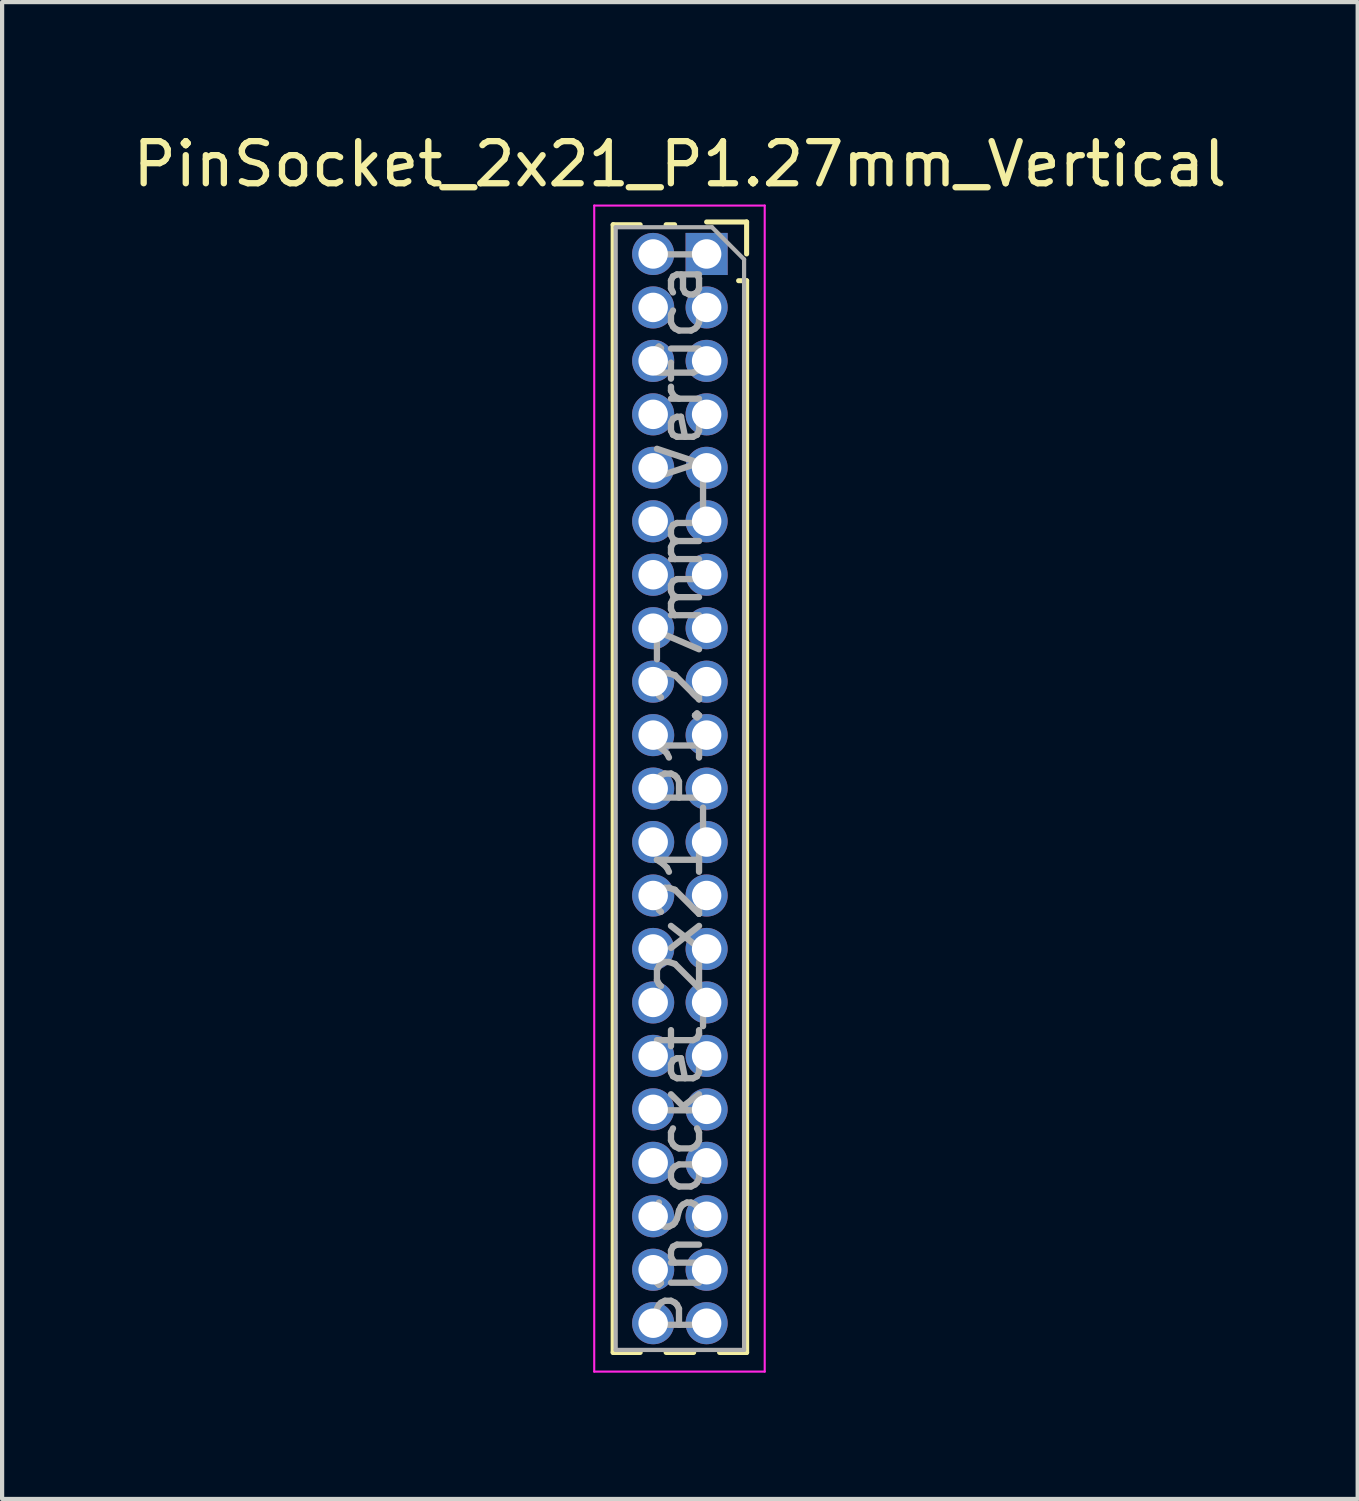
<source format=kicad_pcb>
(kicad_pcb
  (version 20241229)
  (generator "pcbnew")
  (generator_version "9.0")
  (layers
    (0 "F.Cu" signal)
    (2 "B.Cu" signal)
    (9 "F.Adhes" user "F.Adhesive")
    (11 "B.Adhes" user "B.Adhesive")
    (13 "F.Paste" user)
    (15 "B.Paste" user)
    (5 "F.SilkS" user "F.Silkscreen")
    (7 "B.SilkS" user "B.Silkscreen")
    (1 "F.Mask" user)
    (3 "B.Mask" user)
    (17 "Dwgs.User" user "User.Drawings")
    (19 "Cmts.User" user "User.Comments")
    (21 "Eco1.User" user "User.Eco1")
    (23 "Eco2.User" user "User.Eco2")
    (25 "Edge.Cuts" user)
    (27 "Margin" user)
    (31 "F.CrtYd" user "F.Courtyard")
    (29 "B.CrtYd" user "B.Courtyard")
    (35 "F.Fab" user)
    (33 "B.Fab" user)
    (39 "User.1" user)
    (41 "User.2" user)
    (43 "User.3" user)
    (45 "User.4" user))
  (footprint "PinSocket_2x21_P1.27mm_Vertical"
    (layer "F.Cu")
    (at 13.736 2.983)
    (property "Reference" "PinSocket_2x21_P1.27mm_Vertical" (at -0.635 -2.135 0) (layer "F.SilkS") (effects (font (size 1 1) (thickness 0.15))))
    (attr through_hole)
    (fp_line (start -2.22 -0.695) (end -2.22 26.095) (stroke (width 0.12) (type solid)) (layer "F.SilkS"))
    (fp_line (start -2.22 -0.695) (end -1.578 -0.695) (stroke (width 0.12) (type solid)) (layer "F.SilkS"))
    (fp_line (start -2.22 26.095) (end -1.578 26.095) (stroke (width 0.12) (type solid)) (layer "F.SilkS"))
    (fp_line (start -0.962 -0.695) (end -0.76 -0.695) (stroke (width 0.12) (type solid)) (layer "F.SilkS"))
    (fp_line (start -0.962 26.095) (end -0.308 26.095) (stroke (width 0.12) (type solid)) (layer "F.SilkS"))
    (fp_line (start 0 -0.76) (end 0.95 -0.76) (stroke (width 0.12) (type solid)) (layer "F.SilkS"))
    (fp_line (start 0.308 26.095) (end 0.95 26.095) (stroke (width 0.12) (type solid)) (layer "F.SilkS"))
    (fp_line (start 0.76 0.635) (end 0.95 0.635) (stroke (width 0.12) (type solid)) (layer "F.SilkS"))
    (fp_line (start 0.95 -0.76) (end 0.95 0) (stroke (width 0.12) (type solid)) (layer "F.SilkS"))
    (fp_line (start 0.95 0.635) (end 0.95 26.095) (stroke (width 0.12) (type solid)) (layer "F.SilkS"))
    (fp_line (start -2.67 -1.15) (end 1.38 -1.15) (stroke (width 0.05) (type solid)) (layer "F.CrtYd"))
    (fp_line (start -2.67 26.55) (end -2.67 -1.15) (stroke (width 0.05) (type solid)) (layer "F.CrtYd"))
    (fp_line (start 1.38 -1.15) (end 1.38 26.55) (stroke (width 0.05) (type solid)) (layer "F.CrtYd"))
    (fp_line (start 1.38 26.55) (end -2.67 26.55) (stroke (width 0.05) (type solid)) (layer "F.CrtYd"))
    (fp_line (start -2.16 -0.635) (end 0.128 -0.635) (stroke (width 0.1) (type solid)) (layer "F.Fab"))
    (fp_line (start -2.16 26.035) (end -2.16 -0.635) (stroke (width 0.1) (type solid)) (layer "F.Fab"))
    (fp_line (start 0.128 -0.635) (end 0.89 0.128) (stroke (width 0.1) (type solid)) (layer "F.Fab"))
    (fp_line (start 0.89 0.128) (end 0.89 26.035) (stroke (width 0.1) (type solid)) (layer "F.Fab"))
    (fp_line (start 0.89 26.035) (end -2.16 26.035) (stroke (width 0.1) (type solid)) (layer "F.Fab"))
    (fp_text user "${REFERENCE}" (at -0.635 12.7 90) (layer "F.Fab") (effects (font (size 1 1) (thickness 0.15))))
    (pad "1" thru_hole rect (at 0 0) (size 1 1) (drill 0.7) (layers "*.Cu" "*.Mask"))
    (pad "2" thru_hole circle (at -1.27 0) (size 1 1) (drill 0.7) (layers "*.Cu" "*.Mask"))
    (pad "3" thru_hole circle (at 0 1.27) (size 1 1) (drill 0.7) (layers "*.Cu" "*.Mask"))
    (pad "4" thru_hole circle (at -1.27 1.27) (size 1 1) (drill 0.7) (layers "*.Cu" "*.Mask"))
    (pad "5" thru_hole circle (at 0 2.54) (size 1 1) (drill 0.7) (layers "*.Cu" "*.Mask"))
    (pad "6" thru_hole circle (at -1.27 2.54) (size 1 1) (drill 0.7) (layers "*.Cu" "*.Mask"))
    (pad "7" thru_hole circle (at 0 3.81) (size 1 1) (drill 0.7) (layers "*.Cu" "*.Mask"))
    (pad "8" thru_hole circle (at -1.27 3.81) (size 1 1) (drill 0.7) (layers "*.Cu" "*.Mask"))
    (pad "9" thru_hole circle (at 0 5.08) (size 1 1) (drill 0.7) (layers "*.Cu" "*.Mask"))
    (pad "10" thru_hole circle (at -1.27 5.08) (size 1 1) (drill 0.7) (layers "*.Cu" "*.Mask"))
    (pad "11" thru_hole circle (at 0 6.35) (size 1 1) (drill 0.7) (layers "*.Cu" "*.Mask"))
    (pad "12" thru_hole circle (at -1.27 6.35) (size 1 1) (drill 0.7) (layers "*.Cu" "*.Mask"))
    (pad "13" thru_hole circle (at 0 7.62) (size 1 1) (drill 0.7) (layers "*.Cu" "*.Mask"))
    (pad "14" thru_hole circle (at -1.27 7.62) (size 1 1) (drill 0.7) (layers "*.Cu" "*.Mask"))
    (pad "15" thru_hole circle (at 0 8.89) (size 1 1) (drill 0.7) (layers "*.Cu" "*.Mask"))
    (pad "16" thru_hole circle (at -1.27 8.89) (size 1 1) (drill 0.7) (layers "*.Cu" "*.Mask"))
    (pad "17" thru_hole circle (at 0 10.16) (size 1 1) (drill 0.7) (layers "*.Cu" "*.Mask"))
    (pad "18" thru_hole circle (at -1.27 10.16) (size 1 1) (drill 0.7) (layers "*.Cu" "*.Mask"))
    (pad "19" thru_hole circle (at 0 11.43) (size 1 1) (drill 0.7) (layers "*.Cu" "*.Mask"))
    (pad "20" thru_hole circle (at -1.27 11.43) (size 1 1) (drill 0.7) (layers "*.Cu" "*.Mask"))
    (pad "21" thru_hole circle (at 0 12.7) (size 1 1) (drill 0.7) (layers "*.Cu" "*.Mask"))
    (pad "22" thru_hole circle (at -1.27 12.7) (size 1 1) (drill 0.7) (layers "*.Cu" "*.Mask"))
    (pad "23" thru_hole circle (at 0 13.97) (size 1 1) (drill 0.7) (layers "*.Cu" "*.Mask"))
    (pad "24" thru_hole circle (at -1.27 13.97) (size 1 1) (drill 0.7) (layers "*.Cu" "*.Mask"))
    (pad "25" thru_hole circle (at 0 15.24) (size 1 1) (drill 0.7) (layers "*.Cu" "*.Mask"))
    (pad "26" thru_hole circle (at -1.27 15.24) (size 1 1) (drill 0.7) (layers "*.Cu" "*.Mask"))
    (pad "27" thru_hole circle (at 0 16.51) (size 1 1) (drill 0.7) (layers "*.Cu" "*.Mask"))
    (pad "28" thru_hole circle (at -1.27 16.51) (size 1 1) (drill 0.7) (layers "*.Cu" "*.Mask"))
    (pad "29" thru_hole circle (at 0 17.78) (size 1 1) (drill 0.7) (layers "*.Cu" "*.Mask"))
    (pad "30" thru_hole circle (at -1.27 17.78) (size 1 1) (drill 0.7) (layers "*.Cu" "*.Mask"))
    (pad "31" thru_hole circle (at 0 19.05) (size 1 1) (drill 0.7) (layers "*.Cu" "*.Mask"))
    (pad "32" thru_hole circle (at -1.27 19.05) (size 1 1) (drill 0.7) (layers "*.Cu" "*.Mask"))
    (pad "33" thru_hole circle (at 0 20.32) (size 1 1) (drill 0.7) (layers "*.Cu" "*.Mask"))
    (pad "34" thru_hole circle (at -1.27 20.32) (size 1 1) (drill 0.7) (layers "*.Cu" "*.Mask"))
    (pad "35" thru_hole circle (at 0 21.59) (size 1 1) (drill 0.7) (layers "*.Cu" "*.Mask"))
    (pad "36" thru_hole circle (at -1.27 21.59) (size 1 1) (drill 0.7) (layers "*.Cu" "*.Mask"))
    (pad "37" thru_hole circle (at 0 22.86) (size 1 1) (drill 0.7) (layers "*.Cu" "*.Mask"))
    (pad "38" thru_hole circle (at -1.27 22.86) (size 1 1) (drill 0.7) (layers "*.Cu" "*.Mask"))
    (pad "39" thru_hole circle (at 0 24.13) (size 1 1) (drill 0.7) (layers "*.Cu" "*.Mask"))
    (pad "40" thru_hole circle (at -1.27 24.13) (size 1 1) (drill 0.7) (layers "*.Cu" "*.Mask"))
    (pad "41" thru_hole circle (at 0 25.4) (size 1 1) (drill 0.7) (layers "*.Cu" "*.Mask"))
    (pad "42" thru_hole circle (at -1.27 25.4) (size 1 1) (drill 0.7) (layers "*.Cu" "*.Mask")))
  (gr_rect
    (start -3 -3)
    (end 29.202 32.558)
    (stroke (width 0.1) (type default))
    (fill no)
    (layer "Edge.Cuts")))
</source>
